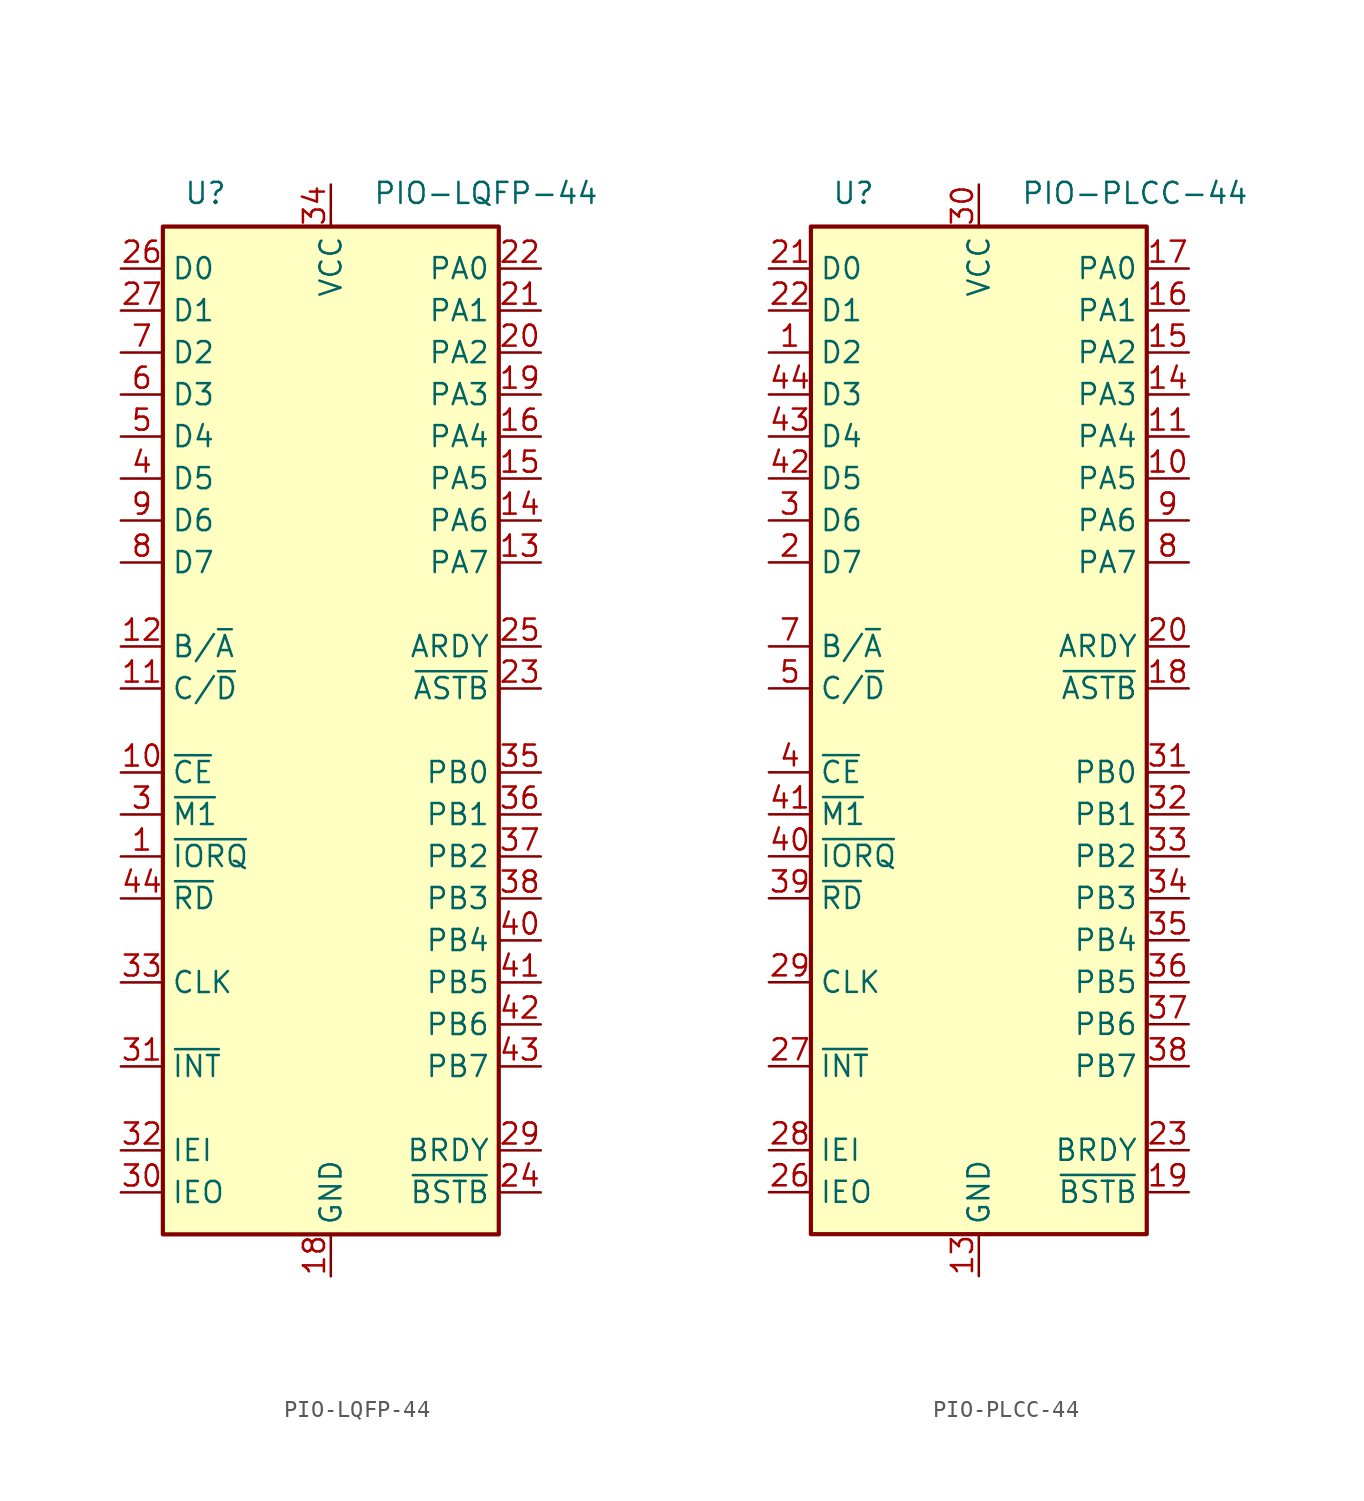
<source format=kicad_sym>
(kicad_symbol_lib
  (version 20220914)
  (generator kicad_symbol_editor)
  (symbol "PIO-LQFP-44"
    (property "Reference" "U"
      (at 1.27 1.27 0)
      (effects (font (size 1.27 1.27)) (justify left bottom)))
    (property "Value" "PIO-LQFP-44"
      (at 12.7 1.27 0)
      (effects (font (size 1.27 1.27)) (justify left bottom)))
    (symbol "PIO-LQFP-44_0_0"
      (pin no_connect line (at 13.97 -21.59 0) (length 2.54) hide (name "NC" (effects (font (size 1.27 1.27)))) (number "17" (effects (font (size 1.27 1.27)))))
      (pin no_connect line (at 13.97 -13.97 0) (length 2.54) hide (name "NC" (effects (font (size 1.27 1.27)))) (number "2" (effects (font (size 1.27 1.27)))))
      (pin no_connect line (at 13.97 -16.51 0) (length 2.54) hide (name "NC" (effects (font (size 1.27 1.27)))) (number "28" (effects (font (size 1.27 1.27)))))
      (pin no_connect line (at 13.97 -19.05 0) (length 2.54) hide (name "NC" (effects (font (size 1.27 1.27)))) (number "39" (effects (font (size 1.27 1.27))))))
    (symbol "PIO-LQFP-44_1_0"
      (rectangle (start 0 0) (end 20.32 -60.96) (stroke (width 0.254) (type solid)) (fill (type background))))
    (symbol "PIO-LQFP-44_1_1"
      (pin input line (at -2.54 -38.1 0) (length 2.54) (name "~{IORQ}" (effects (font (size 1.27 1.27)))) (number "1" (effects (font (size 1.27 1.27)))))
      (pin input line (at -2.54 -33.02 0) (length 2.54) (name "~{CE}" (effects (font (size 1.27 1.27)))) (number "10" (effects (font (size 1.27 1.27)))))
      (pin input line (at -2.54 -27.94 0) (length 2.54) (name "C/~{D}" (effects (font (size 1.27 1.27)))) (number "11" (effects (font (size 1.27 1.27)))))
      (pin input line (at -2.54 -25.4 0) (length 2.54) (name "B/~{A}" (effects (font (size 1.27 1.27)))) (number "12" (effects (font (size 1.27 1.27)))))
      (pin bidirectional line (at 22.86 -20.32 180) (length 2.54) (name "PA7" (effects (font (size 1.27 1.27)))) (number "13" (effects (font (size 1.27 1.27)))))
      (pin bidirectional line (at 22.86 -17.78 180) (length 2.54) (name "PA6" (effects (font (size 1.27 1.27)))) (number "14" (effects (font (size 1.27 1.27)))))
      (pin bidirectional line (at 22.86 -15.24 180) (length 2.54) (name "PA5" (effects (font (size 1.27 1.27)))) (number "15" (effects (font (size 1.27 1.27)))))
      (pin bidirectional line (at 22.86 -12.7 180) (length 2.54) (name "PA4" (effects (font (size 1.27 1.27)))) (number "16" (effects (font (size 1.27 1.27)))))
      (pin power_in line (at 10.16 -63.5 90) (length 2.54) (name "GND" (effects (font (size 1.27 1.27)))) (number "18" (effects (font (size 1.27 1.27)))))
      (pin bidirectional line (at 22.86 -10.16 180) (length 2.54) (name "PA3" (effects (font (size 1.27 1.27)))) (number "19" (effects (font (size 1.27 1.27)))))
      (pin bidirectional line (at 22.86 -7.62 180) (length 2.54) (name "PA2" (effects (font (size 1.27 1.27)))) (number "20" (effects (font (size 1.27 1.27)))))
      (pin bidirectional line (at 22.86 -5.08 180) (length 2.54) (name "PA1" (effects (font (size 1.27 1.27)))) (number "21" (effects (font (size 1.27 1.27)))))
      (pin bidirectional line (at 22.86 -2.54 180) (length 2.54) (name "PA0" (effects (font (size 1.27 1.27)))) (number "22" (effects (font (size 1.27 1.27)))))
      (pin input line (at 22.86 -27.94 180) (length 2.54) (name "~{ASTB}" (effects (font (size 1.27 1.27)))) (number "23" (effects (font (size 1.27 1.27)))))
      (pin input line (at 22.86 -58.42 180) (length 2.54) (name "~{BSTB}" (effects (font (size 1.27 1.27)))) (number "24" (effects (font (size 1.27 1.27)))))
      (pin output line (at 22.86 -25.4 180) (length 2.54) (name "ARDY" (effects (font (size 1.27 1.27)))) (number "25" (effects (font (size 1.27 1.27)))))
      (pin bidirectional line (at -2.54 -2.54 0) (length 2.54) (name "D0" (effects (font (size 1.27 1.27)))) (number "26" (effects (font (size 1.27 1.27)))))
      (pin bidirectional line (at -2.54 -5.08 0) (length 2.54) (name "D1" (effects (font (size 1.27 1.27)))) (number "27" (effects (font (size 1.27 1.27)))))
      (pin output line (at 22.86 -55.88 180) (length 2.54) (name "BRDY" (effects (font (size 1.27 1.27)))) (number "29" (effects (font (size 1.27 1.27)))))
      (pin input line (at -2.54 -35.56 0) (length 2.54) (name "~{M1}" (effects (font (size 1.27 1.27)))) (number "3" (effects (font (size 1.27 1.27)))))
      (pin output line (at -2.54 -58.42 0) (length 2.54) (name "IEO" (effects (font (size 1.27 1.27)))) (number "30" (effects (font (size 1.27 1.27)))))
      (pin open_collector line (at -2.54 -50.8 0) (length 2.54) (name "~{INT}" (effects (font (size 1.27 1.27)))) (number "31" (effects (font (size 1.27 1.27)))))
      (pin input line (at -2.54 -55.88 0) (length 2.54) (name "IEI" (effects (font (size 1.27 1.27)))) (number "32" (effects (font (size 1.27 1.27)))))
      (pin input line (at -2.54 -45.72 0) (length 2.54) (name "CLK" (effects (font (size 1.27 1.27)))) (number "33" (effects (font (size 1.27 1.27)))))
      (pin power_in line (at 10.16 2.54 270) (length 2.54) (name "VCC" (effects (font (size 1.27 1.27)))) (number "34" (effects (font (size 1.27 1.27)))))
      (pin bidirectional line (at 22.86 -33.02 180) (length 2.54) (name "PB0" (effects (font (size 1.27 1.27)))) (number "35" (effects (font (size 1.27 1.27)))))
      (pin bidirectional line (at 22.86 -35.56 180) (length 2.54) (name "PB1" (effects (font (size 1.27 1.27)))) (number "36" (effects (font (size 1.27 1.27)))))
      (pin bidirectional line (at 22.86 -38.1 180) (length 2.54) (name "PB2" (effects (font (size 1.27 1.27)))) (number "37" (effects (font (size 1.27 1.27)))))
      (pin bidirectional line (at 22.86 -40.64 180) (length 2.54) (name "PB3" (effects (font (size 1.27 1.27)))) (number "38" (effects (font (size 1.27 1.27)))))
      (pin bidirectional line (at -2.54 -15.24 0) (length 2.54) (name "D5" (effects (font (size 1.27 1.27)))) (number "4" (effects (font (size 1.27 1.27)))))
      (pin bidirectional line (at 22.86 -43.18 180) (length 2.54) (name "PB4" (effects (font (size 1.27 1.27)))) (number "40" (effects (font (size 1.27 1.27)))))
      (pin bidirectional line (at 22.86 -45.72 180) (length 2.54) (name "PB5" (effects (font (size 1.27 1.27)))) (number "41" (effects (font (size 1.27 1.27)))))
      (pin bidirectional line (at 22.86 -48.26 180) (length 2.54) (name "PB6" (effects (font (size 1.27 1.27)))) (number "42" (effects (font (size 1.27 1.27)))))
      (pin bidirectional line (at 22.86 -50.8 180) (length 2.54) (name "PB7" (effects (font (size 1.27 1.27)))) (number "43" (effects (font (size 1.27 1.27)))))
      (pin input line (at -2.54 -40.64 0) (length 2.54) (name "~{RD}" (effects (font (size 1.27 1.27)))) (number "44" (effects (font (size 1.27 1.27)))))
      (pin bidirectional line (at -2.54 -12.7 0) (length 2.54) (name "D4" (effects (font (size 1.27 1.27)))) (number "5" (effects (font (size 1.27 1.27)))))
      (pin bidirectional line (at -2.54 -10.16 0) (length 2.54) (name "D3" (effects (font (size 1.27 1.27)))) (number "6" (effects (font (size 1.27 1.27)))))
      (pin bidirectional line (at -2.54 -7.62 0) (length 2.54) (name "D2" (effects (font (size 1.27 1.27)))) (number "7" (effects (font (size 1.27 1.27)))))
      (pin bidirectional line (at -2.54 -20.32 0) (length 2.54) (name "D7" (effects (font (size 1.27 1.27)))) (number "8" (effects (font (size 1.27 1.27)))))
      (pin bidirectional line (at -2.54 -17.78 0) (length 2.54) (name "D6" (effects (font (size 1.27 1.27)))) (number "9" (effects (font (size 1.27 1.27)))))))
  (symbol "PIO-PLCC-44"
    (property "Reference" "U"
      (at 1.27 1.27 0)
      (effects (font (size 1.27 1.27)) (justify left bottom)))
    (property "Value" "PIO-PLCC-44"
      (at 12.7 1.27 0)
      (effects (font (size 1.27 1.27)) (justify left bottom)))
    (symbol "PIO-PLCC-44_0_0"
      (pin no_connect line (at 13.97 -21.59 0) (length 2.54) hide (name "NC" (effects (font (size 1.27 1.27)))) (number "12" (effects (font (size 1.27 1.27)))))
      (pin no_connect line (at 13.97 -19.05 0) (length 2.54) hide (name "NC" (effects (font (size 1.27 1.27)))) (number "24" (effects (font (size 1.27 1.27)))))
      (pin no_connect line (at 13.97 -16.51 0) (length 2.54) hide (name "NC" (effects (font (size 1.27 1.27)))) (number "25" (effects (font (size 1.27 1.27)))))
      (pin no_connect line (at 13.97 -13.97 0) (length 2.54) hide (name "NC" (effects (font (size 1.27 1.27)))) (number "6" (effects (font (size 1.27 1.27))))))
    (symbol "PIO-PLCC-44_1_0"
      (rectangle (start 0 0) (end 20.32 -60.96) (stroke (width 0.254) (type solid)) (fill (type background))))
    (symbol "PIO-PLCC-44_1_1"
      (pin bidirectional line (at -2.54 -7.62 0) (length 2.54) (name "D2" (effects (font (size 1.27 1.27)))) (number "1" (effects (font (size 1.27 1.27)))))
      (pin bidirectional line (at 22.86 -15.24 180) (length 2.54) (name "PA5" (effects (font (size 1.27 1.27)))) (number "10" (effects (font (size 1.27 1.27)))))
      (pin bidirectional line (at 22.86 -12.7 180) (length 2.54) (name "PA4" (effects (font (size 1.27 1.27)))) (number "11" (effects (font (size 1.27 1.27)))))
      (pin power_in line (at 10.16 -63.5 90) (length 2.54) (name "GND" (effects (font (size 1.27 1.27)))) (number "13" (effects (font (size 1.27 1.27)))))
      (pin bidirectional line (at 22.86 -10.16 180) (length 2.54) (name "PA3" (effects (font (size 1.27 1.27)))) (number "14" (effects (font (size 1.27 1.27)))))
      (pin bidirectional line (at 22.86 -7.62 180) (length 2.54) (name "PA2" (effects (font (size 1.27 1.27)))) (number "15" (effects (font (size 1.27 1.27)))))
      (pin bidirectional line (at 22.86 -5.08 180) (length 2.54) (name "PA1" (effects (font (size 1.27 1.27)))) (number "16" (effects (font (size 1.27 1.27)))))
      (pin bidirectional line (at 22.86 -2.54 180) (length 2.54) (name "PA0" (effects (font (size 1.27 1.27)))) (number "17" (effects (font (size 1.27 1.27)))))
      (pin input line (at 22.86 -27.94 180) (length 2.54) (name "~{ASTB}" (effects (font (size 1.27 1.27)))) (number "18" (effects (font (size 1.27 1.27)))))
      (pin input line (at 22.86 -58.42 180) (length 2.54) (name "~{BSTB}" (effects (font (size 1.27 1.27)))) (number "19" (effects (font (size 1.27 1.27)))))
      (pin bidirectional line (at -2.54 -20.32 0) (length 2.54) (name "D7" (effects (font (size 1.27 1.27)))) (number "2" (effects (font (size 1.27 1.27)))))
      (pin output line (at 22.86 -25.4 180) (length 2.54) (name "ARDY" (effects (font (size 1.27 1.27)))) (number "20" (effects (font (size 1.27 1.27)))))
      (pin bidirectional line (at -2.54 -2.54 0) (length 2.54) (name "D0" (effects (font (size 1.27 1.27)))) (number "21" (effects (font (size 1.27 1.27)))))
      (pin bidirectional line (at -2.54 -5.08 0) (length 2.54) (name "D1" (effects (font (size 1.27 1.27)))) (number "22" (effects (font (size 1.27 1.27)))))
      (pin output line (at 22.86 -55.88 180) (length 2.54) (name "BRDY" (effects (font (size 1.27 1.27)))) (number "23" (effects (font (size 1.27 1.27)))))
      (pin output line (at -2.54 -58.42 0) (length 2.54) (name "IEO" (effects (font (size 1.27 1.27)))) (number "26" (effects (font (size 1.27 1.27)))))
      (pin open_collector line (at -2.54 -50.8 0) (length 2.54) (name "~{INT}" (effects (font (size 1.27 1.27)))) (number "27" (effects (font (size 1.27 1.27)))))
      (pin input line (at -2.54 -55.88 0) (length 2.54) (name "IEI" (effects (font (size 1.27 1.27)))) (number "28" (effects (font (size 1.27 1.27)))))
      (pin input line (at -2.54 -45.72 0) (length 2.54) (name "CLK" (effects (font (size 1.27 1.27)))) (number "29" (effects (font (size 1.27 1.27)))))
      (pin bidirectional line (at -2.54 -17.78 0) (length 2.54) (name "D6" (effects (font (size 1.27 1.27)))) (number "3" (effects (font (size 1.27 1.27)))))
      (pin power_in line (at 10.16 2.54 270) (length 2.54) (name "VCC" (effects (font (size 1.27 1.27)))) (number "30" (effects (font (size 1.27 1.27)))))
      (pin bidirectional line (at 22.86 -33.02 180) (length 2.54) (name "PB0" (effects (font (size 1.27 1.27)))) (number "31" (effects (font (size 1.27 1.27)))))
      (pin bidirectional line (at 22.86 -35.56 180) (length 2.54) (name "PB1" (effects (font (size 1.27 1.27)))) (number "32" (effects (font (size 1.27 1.27)))))
      (pin bidirectional line (at 22.86 -38.1 180) (length 2.54) (name "PB2" (effects (font (size 1.27 1.27)))) (number "33" (effects (font (size 1.27 1.27)))))
      (pin bidirectional line (at 22.86 -40.64 180) (length 2.54) (name "PB3" (effects (font (size 1.27 1.27)))) (number "34" (effects (font (size 1.27 1.27)))))
      (pin bidirectional line (at 22.86 -43.18 180) (length 2.54) (name "PB4" (effects (font (size 1.27 1.27)))) (number "35" (effects (font (size 1.27 1.27)))))
      (pin bidirectional line (at 22.86 -45.72 180) (length 2.54) (name "PB5" (effects (font (size 1.27 1.27)))) (number "36" (effects (font (size 1.27 1.27)))))
      (pin bidirectional line (at 22.86 -48.26 180) (length 2.54) (name "PB6" (effects (font (size 1.27 1.27)))) (number "37" (effects (font (size 1.27 1.27)))))
      (pin bidirectional line (at 22.86 -50.8 180) (length 2.54) (name "PB7" (effects (font (size 1.27 1.27)))) (number "38" (effects (font (size 1.27 1.27)))))
      (pin input line (at -2.54 -40.64 0) (length 2.54) (name "~{RD}" (effects (font (size 1.27 1.27)))) (number "39" (effects (font (size 1.27 1.27)))))
      (pin input line (at -2.54 -33.02 0) (length 2.54) (name "~{CE}" (effects (font (size 1.27 1.27)))) (number "4" (effects (font (size 1.27 1.27)))))
      (pin input line (at -2.54 -38.1 0) (length 2.54) (name "~{IORQ}" (effects (font (size 1.27 1.27)))) (number "40" (effects (font (size 1.27 1.27)))))
      (pin input line (at -2.54 -35.56 0) (length 2.54) (name "~{M1}" (effects (font (size 1.27 1.27)))) (number "41" (effects (font (size 1.27 1.27)))))
      (pin bidirectional line (at -2.54 -15.24 0) (length 2.54) (name "D5" (effects (font (size 1.27 1.27)))) (number "42" (effects (font (size 1.27 1.27)))))
      (pin bidirectional line (at -2.54 -12.7 0) (length 2.54) (name "D4" (effects (font (size 1.27 1.27)))) (number "43" (effects (font (size 1.27 1.27)))))
      (pin bidirectional line (at -2.54 -10.16 0) (length 2.54) (name "D3" (effects (font (size 1.27 1.27)))) (number "44" (effects (font (size 1.27 1.27)))))
      (pin input line (at -2.54 -27.94 0) (length 2.54) (name "C/~{D}" (effects (font (size 1.27 1.27)))) (number "5" (effects (font (size 1.27 1.27)))))
      (pin input line (at -2.54 -25.4 0) (length 2.54) (name "B/~{A}" (effects (font (size 1.27 1.27)))) (number "7" (effects (font (size 1.27 1.27)))))
      (pin bidirectional line (at 22.86 -20.32 180) (length 2.54) (name "PA7" (effects (font (size 1.27 1.27)))) (number "8" (effects (font (size 1.27 1.27)))))
      (pin bidirectional line (at 22.86 -17.78 180) (length 2.54) (name "PA6" (effects (font (size 1.27 1.27)))) (number "9" (effects (font (size 1.27 1.27))))))))
</source>
